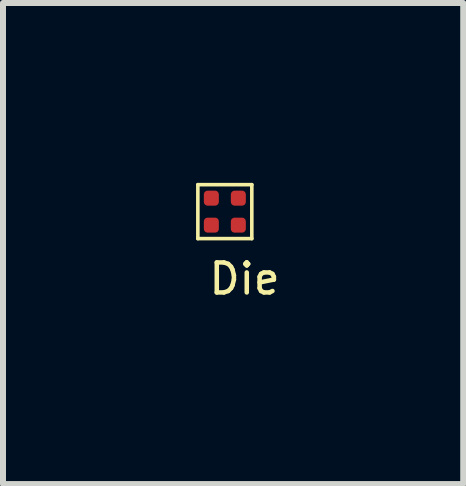
<source format=kicad_pcb>
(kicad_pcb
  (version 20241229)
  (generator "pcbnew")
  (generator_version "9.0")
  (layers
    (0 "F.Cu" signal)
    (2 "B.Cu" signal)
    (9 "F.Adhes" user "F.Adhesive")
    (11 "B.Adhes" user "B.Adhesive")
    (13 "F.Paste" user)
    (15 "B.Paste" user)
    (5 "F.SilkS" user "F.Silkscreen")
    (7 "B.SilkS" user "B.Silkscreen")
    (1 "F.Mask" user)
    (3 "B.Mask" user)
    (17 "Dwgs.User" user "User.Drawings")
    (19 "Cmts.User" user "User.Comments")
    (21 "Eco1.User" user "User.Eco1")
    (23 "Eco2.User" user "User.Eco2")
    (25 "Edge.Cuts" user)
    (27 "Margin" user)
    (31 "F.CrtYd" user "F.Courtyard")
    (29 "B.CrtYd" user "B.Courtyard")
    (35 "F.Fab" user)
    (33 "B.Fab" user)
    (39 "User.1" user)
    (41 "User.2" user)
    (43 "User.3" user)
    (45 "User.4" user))
  (footprint "Die"
    (layer "F.Cu")
    (at 0.25 0.93)
    (property "Reference" "Die" (at 0.78 0.67 0) (layer "F.SilkS") (effects (font (size 0.5 0.5) (thickness 0.075))))
    (attr through_hole)
    (fp_line (start 0 -0.9) (end 0 0) (stroke (width 0.06) (type solid)) (layer "F.SilkS"))
    (fp_line (start 0 0) (end 0.9 0) (stroke (width 0.06) (type solid)) (layer "F.SilkS"))
    (fp_line (start 0.9 -0.9) (end 0 -0.9) (stroke (width 0.06) (type solid)) (layer "F.SilkS"))
    (fp_line (start 0.9 0) (end 0.9 -0.9) (stroke (width 0.06) (type solid)) (layer "F.SilkS"))
    (pad "1" smd roundrect (at 0.225 -0.675) (size 0.25 0.25) (layers "F.Cu" "F.Mask" "F.Paste") (roundrect_rratio 0.25))
    (pad "2" smd roundrect (at 0.225 -0.225) (size 0.25 0.25) (layers "F.Cu" "F.Mask" "F.Paste") (roundrect_rratio 0.25))
    (pad "3" smd roundrect (at 0.675 -0.675) (size 0.25 0.25) (layers "F.Cu" "F.Mask" "F.Paste") (roundrect_rratio 0.25))
    (pad "4" smd roundrect (at 0.675 -0.225) (size 0.25 0.25) (layers "F.Cu" "F.Mask" "F.Paste") (roundrect_rratio 0.25)))
  (gr_rect
    (start -3 -3)
    (end 4.676 5.024)
    (stroke (width 0.1) (type default))
    (fill no)
    (layer "Edge.Cuts")))
</source>
